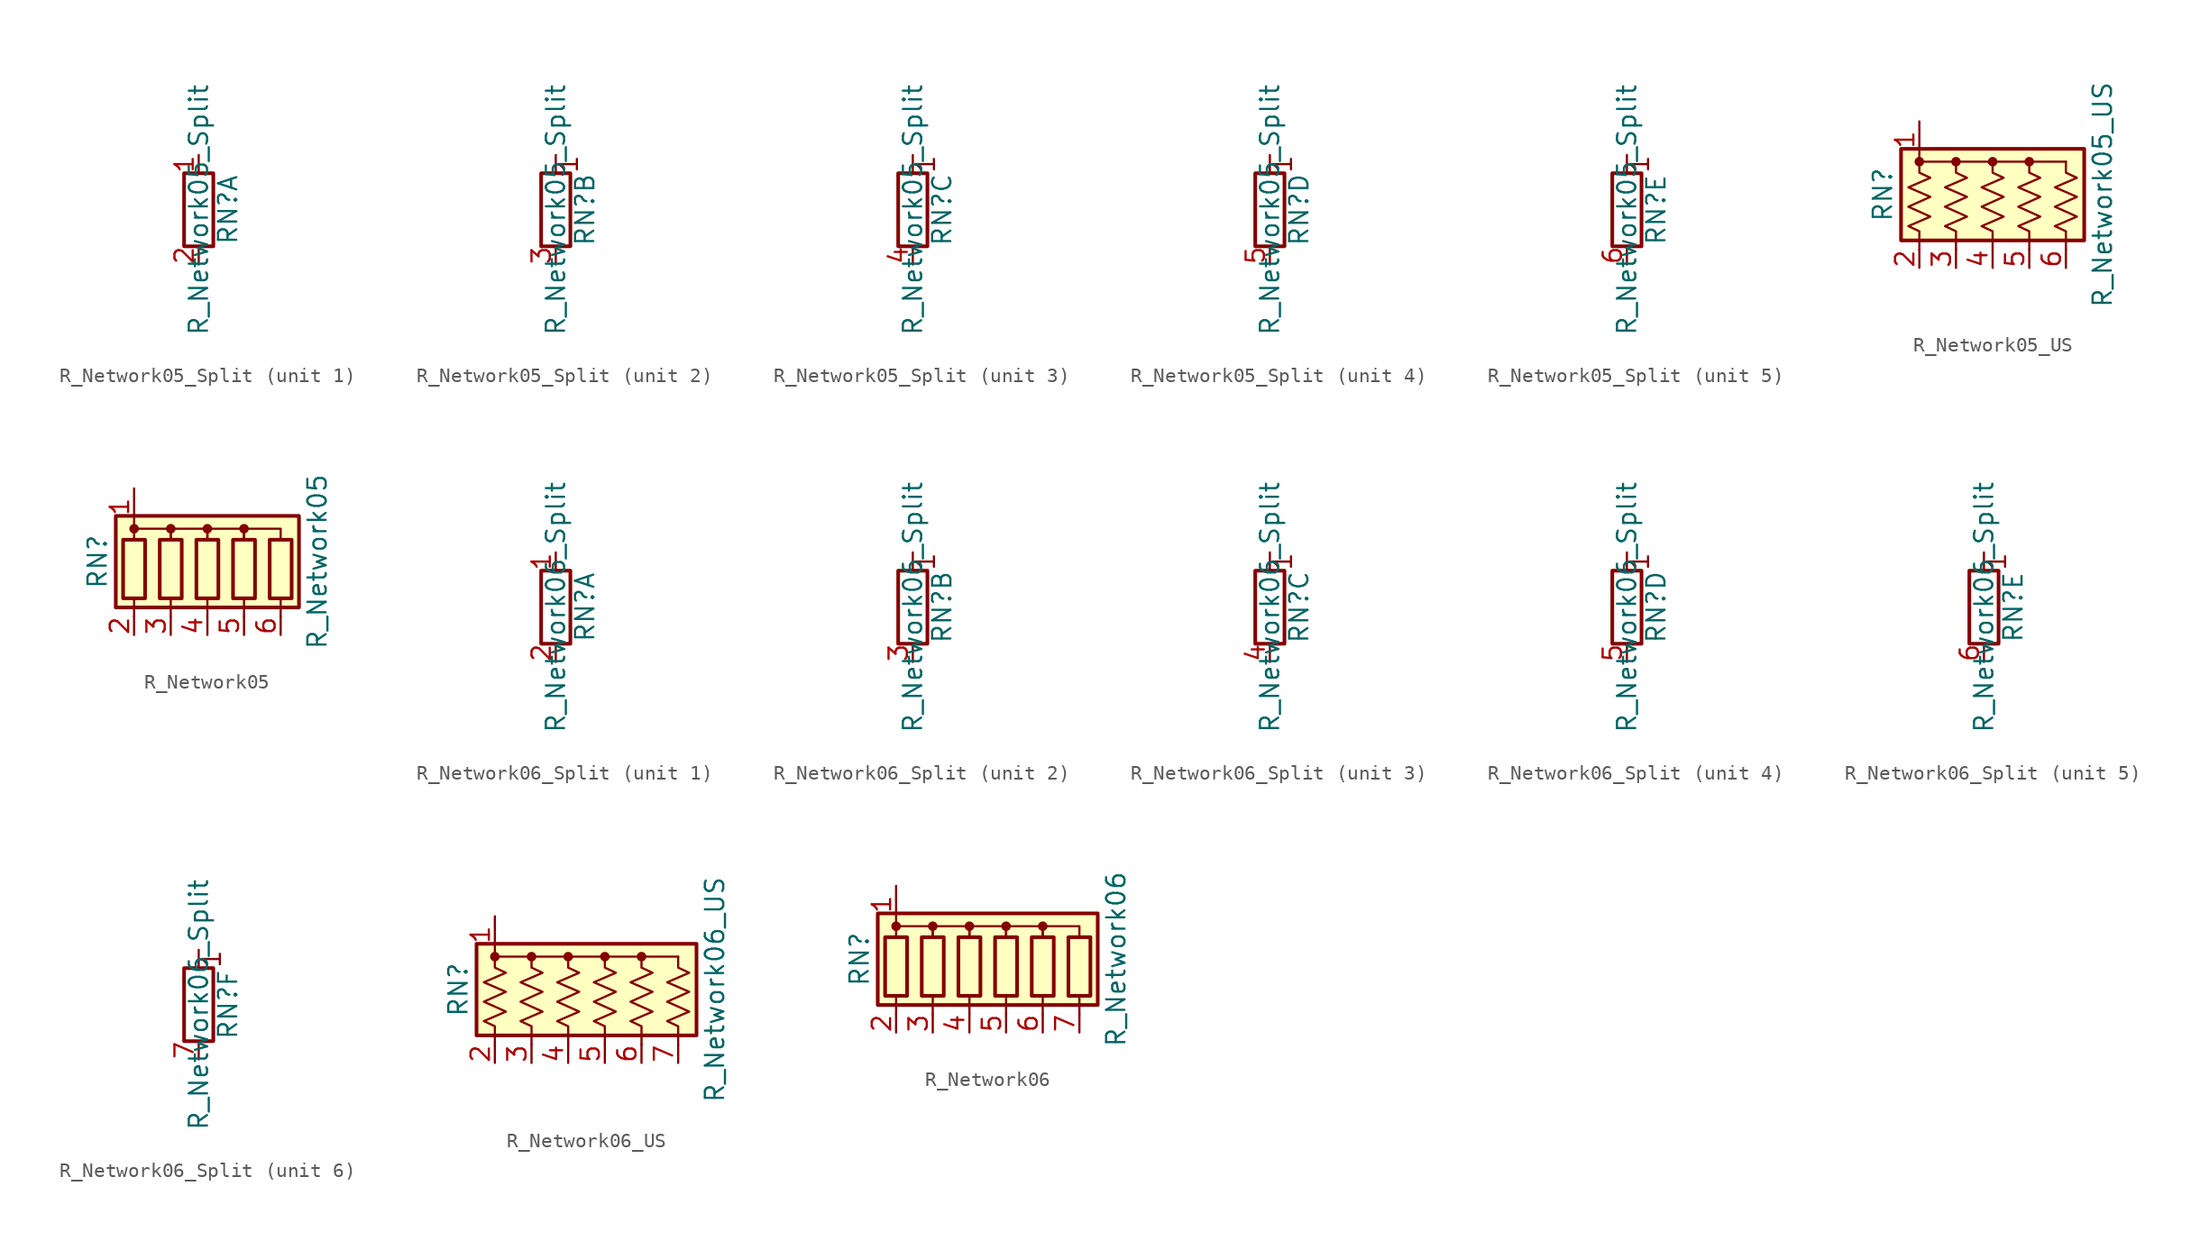
<source format=kicad_sym>
(kicad_symbol_lib
  (version 20201005)
  (generator kicad_symbol_editor)
  (symbol "R_Network05_Split"
    (pin_names
      (offset 0) hide)
    (property "Reference" "RN"
      (at 2.032 0 90)
      (effects (font (size 1.27 1.27))))
    (property "Value" "R_Network05_Split"
      (at 0 0 90)
      (effects (font (size 1.27 1.27))))
    (symbol "R_Network05_Split_0_1"
      (rectangle (start 1.016 2.54) (end -1.016 -2.54) (stroke (width 0.254)) (fill (type none))))
    (symbol "R_Network05_Split_1_1"
      (pin passive line (at 0 3.81 270) (length 1.27) (name "R1.1" (effects (font (size 1.27 1.27)))) (number "1" (effects (font (size 1.27 1.27)))))
      (pin passive line (at 0 -3.81 90) (length 1.27) (name "R1.2" (effects (font (size 1.27 1.27)))) (number "2" (effects (font (size 1.27 1.27))))))
    (symbol "R_Network05_Split_2_1"
      (text "1" (at 0.889 3.175 900) (effects (font (size 1.27 1.27))))
      (polyline (pts (xy 0 2.54) (xy 0 3.81)) (stroke (width 0)) (fill (type none)))
      (pin passive line (at 0 -3.81 90) (length 1.27) (name "R2.2" (effects (font (size 1.27 1.27)))) (number "3" (effects (font (size 1.27 1.27))))))
    (symbol "R_Network05_Split_3_1"
      (text "1" (at 0.889 3.175 900) (effects (font (size 1.27 1.27))))
      (polyline (pts (xy 0 2.54) (xy 0 3.81)) (stroke (width 0)) (fill (type none)))
      (pin passive line (at 0 -3.81 90) (length 1.27) (name "R3.2" (effects (font (size 1.27 1.27)))) (number "4" (effects (font (size 1.27 1.27))))))
    (symbol "R_Network05_Split_4_1"
      (text "1" (at 0.889 3.175 900) (effects (font (size 1.27 1.27))))
      (polyline (pts (xy 0 2.54) (xy 0 3.81)) (stroke (width 0)) (fill (type none)))
      (pin passive line (at 0 -3.81 90) (length 1.27) (name "R4.2" (effects (font (size 1.27 1.27)))) (number "5" (effects (font (size 1.27 1.27))))))
    (symbol "R_Network05_Split_5_1"
      (text "1" (at 0.889 3.175 900) (effects (font (size 1.27 1.27))))
      (polyline (pts (xy 0 2.54) (xy 0 3.81)) (stroke (width 0)) (fill (type none)))
      (pin passive line (at 0 -3.81 90) (length 1.27) (name "R5.2" (effects (font (size 1.27 1.27)))) (number "6" (effects (font (size 1.27 1.27)))))))
  (symbol "R_Network05_US"
    (pin_names
      (offset 0) hide)
    (property "Reference" "RN"
      (at -7.62 0 90)
      (effects (font (size 1.27 1.27))))
    (property "Value" "R_Network05_US"
      (at 7.62 0 90)
      (effects (font (size 1.27 1.27))))
    (symbol "R_Network05_US_0_1"
      (circle (center -5.08 2.286) (radius 0.254) (stroke (width 0)) (fill (type outline)))
      (circle (center -2.54 2.286) (radius 0.254) (stroke (width 0)) (fill (type outline)))
      (circle (center 0 2.286) (radius 0.254) (stroke (width 0)) (fill (type outline)))
      (circle (center 2.54 2.286) (radius 0.254) (stroke (width 0)) (fill (type outline)))
      (rectangle (start -6.35 -3.175) (end 6.35 3.175) (stroke (width 0.254)) (fill (type background)))
      (polyline (pts (xy -5.08 2.286) (xy 5.08 2.286)) (stroke (width 0)) (fill (type none)))
      (polyline (pts (xy -5.08 2.286) (xy -5.08 1.524) (xy -4.318 1.168) (xy -5.842 0.508) (xy -4.318 -0.152) (xy -5.842 -0.838) (xy -4.318 -1.524) (xy -5.842 -2.184) (xy -5.08 -2.54) (xy -5.08 -3.81)) (stroke (width 0)) (fill (type none)))
      (polyline (pts (xy -2.54 2.286) (xy -2.54 1.524) (xy -1.778 1.168) (xy -3.302 0.508) (xy -1.778 -0.152) (xy -3.302 -0.838) (xy -1.778 -1.524) (xy -3.302 -2.184) (xy -2.54 -2.54) (xy -2.54 -3.81)) (stroke (width 0)) (fill (type none)))
      (polyline (pts (xy 0 2.286) (xy 0 1.524) (xy 0.762 1.168) (xy -0.762 0.508) (xy 0.762 -0.152) (xy -0.762 -0.838) (xy 0.762 -1.524) (xy -0.762 -2.184) (xy 0 -2.54) (xy 0 -3.81)) (stroke (width 0)) (fill (type none)))
      (polyline (pts (xy 2.54 2.286) (xy 2.54 1.524) (xy 3.302 1.168) (xy 1.778 0.508) (xy 3.302 -0.152) (xy 1.778 -0.838) (xy 3.302 -1.524) (xy 1.778 -2.184) (xy 2.54 -2.54) (xy 2.54 -3.81)) (stroke (width 0)) (fill (type none)))
      (polyline (pts (xy 5.08 2.286) (xy 5.08 1.524) (xy 5.842 1.168) (xy 4.318 0.508) (xy 5.842 -0.152) (xy 4.318 -0.838) (xy 5.842 -1.524) (xy 4.318 -2.184) (xy 5.08 -2.54) (xy 5.08 -3.81)) (stroke (width 0)) (fill (type none))))
    (symbol "R_Network05_US_1_1"
      (pin passive line (at -5.08 5.08 270) (length 2.54) (name "common" (effects (font (size 1.27 1.27)))) (number "1" (effects (font (size 1.27 1.27)))))
      (pin passive line (at -5.08 -5.08 90) (length 1.27) (name "R1" (effects (font (size 1.27 1.27)))) (number "2" (effects (font (size 1.27 1.27)))))
      (pin passive line (at -2.54 -5.08 90) (length 1.27) (name "R2" (effects (font (size 1.27 1.27)))) (number "3" (effects (font (size 1.27 1.27)))))
      (pin passive line (at 0 -5.08 90) (length 1.27) (name "R3" (effects (font (size 1.27 1.27)))) (number "4" (effects (font (size 1.27 1.27)))))
      (pin passive line (at 2.54 -5.08 90) (length 1.27) (name "R4" (effects (font (size 1.27 1.27)))) (number "5" (effects (font (size 1.27 1.27)))))
      (pin passive line (at 5.08 -5.08 90) (length 1.27) (name "R5" (effects (font (size 1.27 1.27)))) (number "6" (effects (font (size 1.27 1.27)))))))
  (symbol "R_Network05"
    (pin_names
      (offset 0) hide)
    (property "Reference" "RN"
      (at -7.62 0 90)
      (effects (font (size 1.27 1.27))))
    (property "Value" "R_Network05"
      (at 7.62 0 90)
      (effects (font (size 1.27 1.27))))
    (symbol "R_Network05_0_1"
      (circle (center -5.08 2.286) (radius 0.254) (stroke (width 0)) (fill (type outline)))
      (circle (center -2.54 2.286) (radius 0.254) (stroke (width 0)) (fill (type outline)))
      (circle (center 0 2.286) (radius 0.254) (stroke (width 0)) (fill (type outline)))
      (circle (center 2.54 2.286) (radius 0.254) (stroke (width 0)) (fill (type outline)))
      (rectangle (start -5.842 1.524) (end -4.318 -2.54) (stroke (width 0.254)) (fill (type none)))
      (rectangle (start -3.302 1.524) (end -1.778 -2.54) (stroke (width 0.254)) (fill (type none)))
      (rectangle (start -0.762 1.524) (end 0.762 -2.54) (stroke (width 0.254)) (fill (type none)))
      (rectangle (start 1.778 1.524) (end 3.302 -2.54) (stroke (width 0.254)) (fill (type none)))
      (rectangle (start 4.318 1.524) (end 5.842 -2.54) (stroke (width 0.254)) (fill (type none)))
      (rectangle (start -6.35 -3.175) (end 6.35 3.175) (stroke (width 0.254)) (fill (type background)))
      (polyline (pts (xy -5.08 -2.54) (xy -5.08 -3.81)) (stroke (width 0)) (fill (type none)))
      (polyline (pts (xy -2.54 -2.54) (xy -2.54 -3.81)) (stroke (width 0)) (fill (type none)))
      (polyline (pts (xy 0 -2.54) (xy 0 -3.81)) (stroke (width 0)) (fill (type none)))
      (polyline (pts (xy 2.54 -2.54) (xy 2.54 -3.81)) (stroke (width 0)) (fill (type none)))
      (polyline (pts (xy 5.08 -2.54) (xy 5.08 -3.81)) (stroke (width 0)) (fill (type none)))
      (polyline (pts (xy -5.08 1.524) (xy -5.08 2.286) (xy -2.54 2.286) (xy -2.54 1.524)) (stroke (width 0)) (fill (type none)))
      (polyline (pts (xy -2.54 1.524) (xy -2.54 2.286) (xy 0 2.286) (xy 0 1.524)) (stroke (width 0)) (fill (type none)))
      (polyline (pts (xy 0 1.524) (xy 0 2.286) (xy 2.54 2.286) (xy 2.54 1.524)) (stroke (width 0)) (fill (type none)))
      (polyline (pts (xy 2.54 1.524) (xy 2.54 2.286) (xy 5.08 2.286) (xy 5.08 1.524)) (stroke (width 0)) (fill (type none))))
    (symbol "R_Network05_1_1"
      (pin passive line (at -5.08 5.08 270) (length 2.54) (name "common" (effects (font (size 1.27 1.27)))) (number "1" (effects (font (size 1.27 1.27)))))
      (pin passive line (at -5.08 -5.08 90) (length 1.27) (name "R1" (effects (font (size 1.27 1.27)))) (number "2" (effects (font (size 1.27 1.27)))))
      (pin passive line (at -2.54 -5.08 90) (length 1.27) (name "R2" (effects (font (size 1.27 1.27)))) (number "3" (effects (font (size 1.27 1.27)))))
      (pin passive line (at 0 -5.08 90) (length 1.27) (name "R3" (effects (font (size 1.27 1.27)))) (number "4" (effects (font (size 1.27 1.27)))))
      (pin passive line (at 2.54 -5.08 90) (length 1.27) (name "R4" (effects (font (size 1.27 1.27)))) (number "5" (effects (font (size 1.27 1.27)))))
      (pin passive line (at 5.08 -5.08 90) (length 1.27) (name "R5" (effects (font (size 1.27 1.27)))) (number "6" (effects (font (size 1.27 1.27)))))))
  (symbol "R_Network06_Split"
    (pin_names
      (offset 0) hide)
    (property "Reference" "RN"
      (at 2.032 0 90)
      (effects (font (size 1.27 1.27))))
    (property "Value" "R_Network06_Split"
      (at 0 0 90)
      (effects (font (size 1.27 1.27))))
    (symbol "R_Network06_Split_0_1"
      (rectangle (start 1.016 2.54) (end -1.016 -2.54) (stroke (width 0.254)) (fill (type none))))
    (symbol "R_Network06_Split_1_1"
      (pin passive line (at 0 3.81 270) (length 1.27) (name "R1.1" (effects (font (size 1.27 1.27)))) (number "1" (effects (font (size 1.27 1.27)))))
      (pin passive line (at 0 -3.81 90) (length 1.27) (name "R1.2" (effects (font (size 1.27 1.27)))) (number "2" (effects (font (size 1.27 1.27))))))
    (symbol "R_Network06_Split_2_1"
      (text "1" (at 0.889 3.175 900) (effects (font (size 1.27 1.27))))
      (polyline (pts (xy 0 2.54) (xy 0 3.81)) (stroke (width 0)) (fill (type none)))
      (pin passive line (at 0 -3.81 90) (length 1.27) (name "R2.2" (effects (font (size 1.27 1.27)))) (number "3" (effects (font (size 1.27 1.27))))))
    (symbol "R_Network06_Split_3_1"
      (text "1" (at 0.889 3.175 900) (effects (font (size 1.27 1.27))))
      (polyline (pts (xy 0 2.54) (xy 0 3.81)) (stroke (width 0)) (fill (type none)))
      (pin passive line (at 0 -3.81 90) (length 1.27) (name "R3.2" (effects (font (size 1.27 1.27)))) (number "4" (effects (font (size 1.27 1.27))))))
    (symbol "R_Network06_Split_4_1"
      (text "1" (at 0.889 3.175 900) (effects (font (size 1.27 1.27))))
      (polyline (pts (xy 0 2.54) (xy 0 3.81)) (stroke (width 0)) (fill (type none)))
      (pin passive line (at 0 -3.81 90) (length 1.27) (name "R4.2" (effects (font (size 1.27 1.27)))) (number "5" (effects (font (size 1.27 1.27))))))
    (symbol "R_Network06_Split_5_1"
      (text "1" (at 0.889 3.175 900) (effects (font (size 1.27 1.27))))
      (polyline (pts (xy 0 2.54) (xy 0 3.81)) (stroke (width 0)) (fill (type none)))
      (pin passive line (at 0 -3.81 90) (length 1.27) (name "R5.2" (effects (font (size 1.27 1.27)))) (number "6" (effects (font (size 1.27 1.27))))))
    (symbol "R_Network06_Split_6_1"
      (text "1" (at 0.889 3.175 900) (effects (font (size 1.27 1.27))))
      (polyline (pts (xy 0 2.54) (xy 0 3.81)) (stroke (width 0)) (fill (type none)))
      (pin passive line (at 0 -3.81 90) (length 1.27) (name "R6.2" (effects (font (size 1.27 1.27)))) (number "7" (effects (font (size 1.27 1.27)))))))
  (symbol "R_Network06_US"
    (pin_names
      (offset 0) hide)
    (property "Reference" "RN"
      (at -10.16 0 90)
      (effects (font (size 1.27 1.27))))
    (property "Value" "R_Network06_US"
      (at 7.62 0 90)
      (effects (font (size 1.27 1.27))))
    (symbol "R_Network06_US_0_1"
      (circle (center -7.62 2.286) (radius 0.254) (stroke (width 0)) (fill (type outline)))
      (circle (center -5.08 2.286) (radius 0.254) (stroke (width 0)) (fill (type outline)))
      (circle (center -2.54 2.286) (radius 0.254) (stroke (width 0)) (fill (type outline)))
      (circle (center 0 2.286) (radius 0.254) (stroke (width 0)) (fill (type outline)))
      (circle (center 2.54 2.286) (radius 0.254) (stroke (width 0)) (fill (type outline)))
      (rectangle (start -8.89 -3.175) (end 6.35 3.175) (stroke (width 0.254)) (fill (type background)))
      (polyline (pts (xy -7.62 2.286) (xy 5.08 2.286)) (stroke (width 0)) (fill (type none)))
      (polyline (pts (xy -7.62 2.286) (xy -7.62 1.524) (xy -6.858 1.168) (xy -8.382 0.508) (xy -6.858 -0.152) (xy -8.382 -0.838) (xy -6.858 -1.524) (xy -8.382 -2.184) (xy -7.62 -2.54) (xy -7.62 -3.81)) (stroke (width 0)) (fill (type none)))
      (polyline (pts (xy -5.08 2.286) (xy -5.08 1.524) (xy -4.318 1.168) (xy -5.842 0.508) (xy -4.318 -0.152) (xy -5.842 -0.838) (xy -4.318 -1.524) (xy -5.842 -2.184) (xy -5.08 -2.54) (xy -5.08 -3.81)) (stroke (width 0)) (fill (type none)))
      (polyline (pts (xy -2.54 2.286) (xy -2.54 1.524) (xy -1.778 1.168) (xy -3.302 0.508) (xy -1.778 -0.152) (xy -3.302 -0.838) (xy -1.778 -1.524) (xy -3.302 -2.184) (xy -2.54 -2.54) (xy -2.54 -3.81)) (stroke (width 0)) (fill (type none)))
      (polyline (pts (xy 0 2.286) (xy 0 1.524) (xy 0.762 1.168) (xy -0.762 0.508) (xy 0.762 -0.152) (xy -0.762 -0.838) (xy 0.762 -1.524) (xy -0.762 -2.184) (xy 0 -2.54) (xy 0 -3.81)) (stroke (width 0)) (fill (type none)))
      (polyline (pts (xy 2.54 2.286) (xy 2.54 1.524) (xy 3.302 1.168) (xy 1.778 0.508) (xy 3.302 -0.152) (xy 1.778 -0.838) (xy 3.302 -1.524) (xy 1.778 -2.184) (xy 2.54 -2.54) (xy 2.54 -3.81)) (stroke (width 0)) (fill (type none)))
      (polyline (pts (xy 5.08 2.286) (xy 5.08 1.524) (xy 5.842 1.168) (xy 4.318 0.508) (xy 5.842 -0.152) (xy 4.318 -0.838) (xy 5.842 -1.524) (xy 4.318 -2.184) (xy 5.08 -2.54) (xy 5.08 -3.81)) (stroke (width 0)) (fill (type none))))
    (symbol "R_Network06_US_1_1"
      (pin passive line (at -7.62 5.08 270) (length 2.54) (name "common" (effects (font (size 1.27 1.27)))) (number "1" (effects (font (size 1.27 1.27)))))
      (pin passive line (at -7.62 -5.08 90) (length 1.27) (name "R1" (effects (font (size 1.27 1.27)))) (number "2" (effects (font (size 1.27 1.27)))))
      (pin passive line (at -5.08 -5.08 90) (length 1.27) (name "R2" (effects (font (size 1.27 1.27)))) (number "3" (effects (font (size 1.27 1.27)))))
      (pin passive line (at -2.54 -5.08 90) (length 1.27) (name "R3" (effects (font (size 1.27 1.27)))) (number "4" (effects (font (size 1.27 1.27)))))
      (pin passive line (at 0 -5.08 90) (length 1.27) (name "R4" (effects (font (size 1.27 1.27)))) (number "5" (effects (font (size 1.27 1.27)))))
      (pin passive line (at 2.54 -5.08 90) (length 1.27) (name "R5" (effects (font (size 1.27 1.27)))) (number "6" (effects (font (size 1.27 1.27)))))
      (pin passive line (at 5.08 -5.08 90) (length 1.27) (name "R6" (effects (font (size 1.27 1.27)))) (number "7" (effects (font (size 1.27 1.27)))))))
  (symbol "R_Network06"
    (pin_names
      (offset 0) hide)
    (property "Reference" "RN"
      (at -10.16 0 90)
      (effects (font (size 1.27 1.27))))
    (property "Value" "R_Network06"
      (at 7.62 0 90)
      (effects (font (size 1.27 1.27))))
    (symbol "R_Network06_0_1"
      (circle (center -7.62 2.286) (radius 0.254) (stroke (width 0)) (fill (type outline)))
      (circle (center -5.08 2.286) (radius 0.254) (stroke (width 0)) (fill (type outline)))
      (circle (center -2.54 2.286) (radius 0.254) (stroke (width 0)) (fill (type outline)))
      (circle (center 0 2.286) (radius 0.254) (stroke (width 0)) (fill (type outline)))
      (circle (center 2.54 2.286) (radius 0.254) (stroke (width 0)) (fill (type outline)))
      (rectangle (start -8.382 1.524) (end -6.858 -2.54) (stroke (width 0.254)) (fill (type none)))
      (rectangle (start -5.842 1.524) (end -4.318 -2.54) (stroke (width 0.254)) (fill (type none)))
      (rectangle (start -3.302 1.524) (end -1.778 -2.54) (stroke (width 0.254)) (fill (type none)))
      (rectangle (start -0.762 1.524) (end 0.762 -2.54) (stroke (width 0.254)) (fill (type none)))
      (rectangle (start 1.778 1.524) (end 3.302 -2.54) (stroke (width 0.254)) (fill (type none)))
      (rectangle (start 4.318 1.524) (end 5.842 -2.54) (stroke (width 0.254)) (fill (type none)))
      (rectangle (start -8.89 -3.175) (end 6.35 3.175) (stroke (width 0.254)) (fill (type background)))
      (polyline (pts (xy -7.62 -2.54) (xy -7.62 -3.81)) (stroke (width 0)) (fill (type none)))
      (polyline (pts (xy -5.08 -2.54) (xy -5.08 -3.81)) (stroke (width 0)) (fill (type none)))
      (polyline (pts (xy -2.54 -2.54) (xy -2.54 -3.81)) (stroke (width 0)) (fill (type none)))
      (polyline (pts (xy 0 -2.54) (xy 0 -3.81)) (stroke (width 0)) (fill (type none)))
      (polyline (pts (xy 2.54 -2.54) (xy 2.54 -3.81)) (stroke (width 0)) (fill (type none)))
      (polyline (pts (xy 5.08 -2.54) (xy 5.08 -3.81)) (stroke (width 0)) (fill (type none)))
      (polyline (pts (xy -7.62 1.524) (xy -7.62 2.286) (xy -5.08 2.286) (xy -5.08 1.524)) (stroke (width 0)) (fill (type none)))
      (polyline (pts (xy -5.08 1.524) (xy -5.08 2.286) (xy -2.54 2.286) (xy -2.54 1.524)) (stroke (width 0)) (fill (type none)))
      (polyline (pts (xy -2.54 1.524) (xy -2.54 2.286) (xy 0 2.286) (xy 0 1.524)) (stroke (width 0)) (fill (type none)))
      (polyline (pts (xy 0 1.524) (xy 0 2.286) (xy 2.54 2.286) (xy 2.54 1.524)) (stroke (width 0)) (fill (type none)))
      (polyline (pts (xy 2.54 1.524) (xy 2.54 2.286) (xy 5.08 2.286) (xy 5.08 1.524)) (stroke (width 0)) (fill (type none))))
    (symbol "R_Network06_1_1"
      (pin passive line (at -7.62 5.08 270) (length 2.54) (name "common" (effects (font (size 1.27 1.27)))) (number "1" (effects (font (size 1.27 1.27)))))
      (pin passive line (at -7.62 -5.08 90) (length 1.27) (name "R1" (effects (font (size 1.27 1.27)))) (number "2" (effects (font (size 1.27 1.27)))))
      (pin passive line (at -5.08 -5.08 90) (length 1.27) (name "R2" (effects (font (size 1.27 1.27)))) (number "3" (effects (font (size 1.27 1.27)))))
      (pin passive line (at -2.54 -5.08 90) (length 1.27) (name "R3" (effects (font (size 1.27 1.27)))) (number "4" (effects (font (size 1.27 1.27)))))
      (pin passive line (at 0 -5.08 90) (length 1.27) (name "R4" (effects (font (size 1.27 1.27)))) (number "5" (effects (font (size 1.27 1.27)))))
      (pin passive line (at 2.54 -5.08 90) (length 1.27) (name "R5" (effects (font (size 1.27 1.27)))) (number "6" (effects (font (size 1.27 1.27)))))
      (pin passive line (at 5.08 -5.08 90) (length 1.27) (name "R6" (effects (font (size 1.27 1.27)))) (number "7" (effects (font (size 1.27 1.27))))))))
</source>
